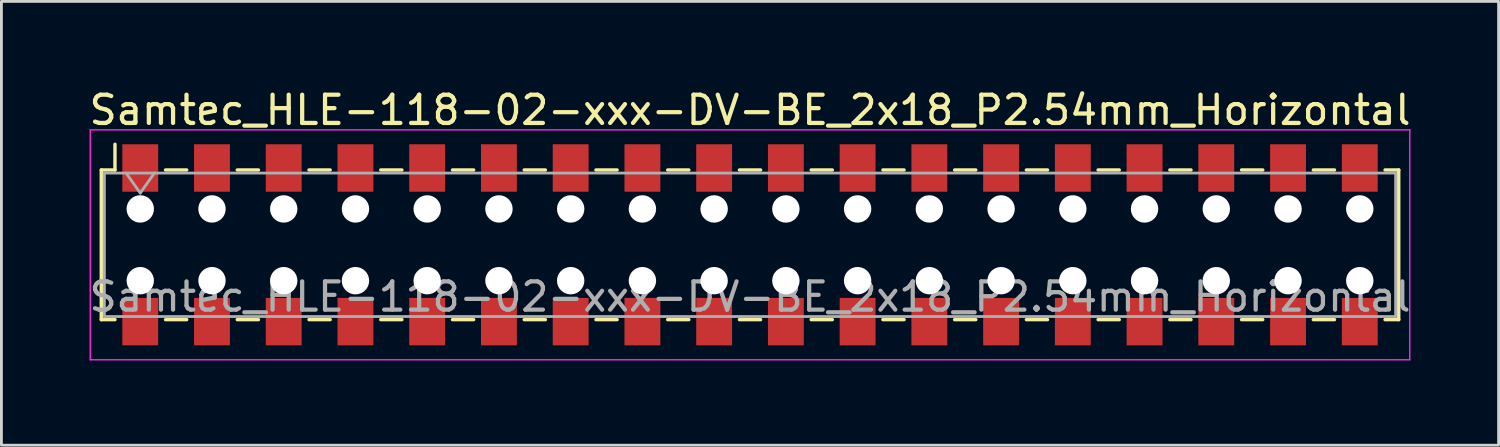
<source format=kicad_pcb>
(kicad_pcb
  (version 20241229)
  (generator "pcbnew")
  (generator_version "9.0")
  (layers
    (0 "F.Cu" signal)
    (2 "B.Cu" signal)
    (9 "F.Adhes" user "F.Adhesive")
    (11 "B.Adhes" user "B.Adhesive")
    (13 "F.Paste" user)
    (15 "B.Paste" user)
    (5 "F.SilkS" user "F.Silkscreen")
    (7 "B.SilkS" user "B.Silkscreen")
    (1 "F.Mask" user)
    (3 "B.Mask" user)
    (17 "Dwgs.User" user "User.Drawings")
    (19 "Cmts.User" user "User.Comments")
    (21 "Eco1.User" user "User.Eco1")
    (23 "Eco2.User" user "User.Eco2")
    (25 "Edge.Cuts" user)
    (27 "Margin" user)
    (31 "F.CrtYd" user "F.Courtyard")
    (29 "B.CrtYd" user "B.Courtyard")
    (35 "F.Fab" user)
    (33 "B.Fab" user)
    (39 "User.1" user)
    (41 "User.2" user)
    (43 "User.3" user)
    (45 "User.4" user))
  (footprint "Samtec_HLE-118-02-xxx-DV-BE_2x18_P2.54mm_Horizontal"
    (layer "F.Cu")
    (at 23.506 5.618)
    (property "Reference" "Samtec_HLE-118-02-xxx-DV-BE_2x18_P2.54mm_Horizontal" (at 0 -4.77 0) (layer "F.SilkS") (effects (font (size 1 1) (thickness 0.15))))
    (attr smd)
    (fp_line (start -22.97 -2.65) (end -22.97 2.65) (stroke (width 0.12) (type solid)) (layer "F.SilkS"))
    (fp_line (start -22.97 2.65) (end -22.485 2.65) (stroke (width 0.12) (type solid)) (layer "F.SilkS"))
    (fp_line (start -22.485 -3.56) (end -22.485 -2.65) (stroke (width 0.12) (type solid)) (layer "F.SilkS"))
    (fp_line (start -22.485 -2.65) (end -22.97 -2.65) (stroke (width 0.12) (type solid)) (layer "F.SilkS"))
    (fp_line (start -20.695 -2.65) (end -19.945 -2.65) (stroke (width 0.12) (type solid)) (layer "F.SilkS"))
    (fp_line (start -20.695 2.65) (end -19.945 2.65) (stroke (width 0.12) (type solid)) (layer "F.SilkS"))
    (fp_line (start -18.155 -2.65) (end -17.405 -2.65) (stroke (width 0.12) (type solid)) (layer "F.SilkS"))
    (fp_line (start -18.155 2.65) (end -17.405 2.65) (stroke (width 0.12) (type solid)) (layer "F.SilkS"))
    (fp_line (start -15.615 -2.65) (end -14.865 -2.65) (stroke (width 0.12) (type solid)) (layer "F.SilkS"))
    (fp_line (start -15.615 2.65) (end -14.865 2.65) (stroke (width 0.12) (type solid)) (layer "F.SilkS"))
    (fp_line (start -13.075 -2.65) (end -12.325 -2.65) (stroke (width 0.12) (type solid)) (layer "F.SilkS"))
    (fp_line (start -13.075 2.65) (end -12.325 2.65) (stroke (width 0.12) (type solid)) (layer "F.SilkS"))
    (fp_line (start -10.535 -2.65) (end -9.785 -2.65) (stroke (width 0.12) (type solid)) (layer "F.SilkS"))
    (fp_line (start -10.535 2.65) (end -9.785 2.65) (stroke (width 0.12) (type solid)) (layer "F.SilkS"))
    (fp_line (start -7.995 -2.65) (end -7.245 -2.65) (stroke (width 0.12) (type solid)) (layer "F.SilkS"))
    (fp_line (start -7.995 2.65) (end -7.245 2.65) (stroke (width 0.12) (type solid)) (layer "F.SilkS"))
    (fp_line (start -5.455 -2.65) (end -4.705 -2.65) (stroke (width 0.12) (type solid)) (layer "F.SilkS"))
    (fp_line (start -5.455 2.65) (end -4.705 2.65) (stroke (width 0.12) (type solid)) (layer "F.SilkS"))
    (fp_line (start -2.915 -2.65) (end -2.165 -2.65) (stroke (width 0.12) (type solid)) (layer "F.SilkS"))
    (fp_line (start -2.915 2.65) (end -2.165 2.65) (stroke (width 0.12) (type solid)) (layer "F.SilkS"))
    (fp_line (start -0.375 -2.65) (end 0.375 -2.65) (stroke (width 0.12) (type solid)) (layer "F.SilkS"))
    (fp_line (start -0.375 2.65) (end 0.375 2.65) (stroke (width 0.12) (type solid)) (layer "F.SilkS"))
    (fp_line (start 2.165 -2.65) (end 2.915 -2.65) (stroke (width 0.12) (type solid)) (layer "F.SilkS"))
    (fp_line (start 2.165 2.65) (end 2.915 2.65) (stroke (width 0.12) (type solid)) (layer "F.SilkS"))
    (fp_line (start 4.705 -2.65) (end 5.455 -2.65) (stroke (width 0.12) (type solid)) (layer "F.SilkS"))
    (fp_line (start 4.705 2.65) (end 5.455 2.65) (stroke (width 0.12) (type solid)) (layer "F.SilkS"))
    (fp_line (start 7.245 -2.65) (end 7.995 -2.65) (stroke (width 0.12) (type solid)) (layer "F.SilkS"))
    (fp_line (start 7.245 2.65) (end 7.995 2.65) (stroke (width 0.12) (type solid)) (layer "F.SilkS"))
    (fp_line (start 9.785 -2.65) (end 10.535 -2.65) (stroke (width 0.12) (type solid)) (layer "F.SilkS"))
    (fp_line (start 9.785 2.65) (end 10.535 2.65) (stroke (width 0.12) (type solid)) (layer "F.SilkS"))
    (fp_line (start 12.325 -2.65) (end 13.075 -2.65) (stroke (width 0.12) (type solid)) (layer "F.SilkS"))
    (fp_line (start 12.325 2.65) (end 13.075 2.65) (stroke (width 0.12) (type solid)) (layer "F.SilkS"))
    (fp_line (start 14.865 -2.65) (end 15.615 -2.65) (stroke (width 0.12) (type solid)) (layer "F.SilkS"))
    (fp_line (start 14.865 2.65) (end 15.615 2.65) (stroke (width 0.12) (type solid)) (layer "F.SilkS"))
    (fp_line (start 17.405 -2.65) (end 18.155 -2.65) (stroke (width 0.12) (type solid)) (layer "F.SilkS"))
    (fp_line (start 17.405 2.65) (end 18.155 2.65) (stroke (width 0.12) (type solid)) (layer "F.SilkS"))
    (fp_line (start 19.945 -2.65) (end 20.695 -2.65) (stroke (width 0.12) (type solid)) (layer "F.SilkS"))
    (fp_line (start 19.945 2.65) (end 20.695 2.65) (stroke (width 0.12) (type solid)) (layer "F.SilkS"))
    (fp_line (start 22.485 -2.65) (end 22.97 -2.65) (stroke (width 0.12) (type solid)) (layer "F.SilkS"))
    (fp_line (start 22.97 -2.65) (end 22.97 2.65) (stroke (width 0.12) (type solid)) (layer "F.SilkS"))
    (fp_line (start 22.97 2.65) (end 22.485 2.65) (stroke (width 0.12) (type solid)) (layer "F.SilkS"))
    (fp_line (start -23.36 -4.07) (end 23.36 -4.07) (stroke (width 0.05) (type solid)) (layer "F.CrtYd"))
    (fp_line (start -23.36 4.07) (end -23.36 -4.07) (stroke (width 0.05) (type solid)) (layer "F.CrtYd"))
    (fp_line (start 23.36 -4.07) (end 23.36 4.07) (stroke (width 0.05) (type solid)) (layer "F.CrtYd"))
    (fp_line (start 23.36 4.07) (end -23.36 4.07) (stroke (width 0.05) (type solid)) (layer "F.CrtYd"))
    (fp_line (start -22.86 -2.54) (end 22.86 -2.54) (stroke (width 0.1) (type solid)) (layer "F.Fab"))
    (fp_line (start -22.86 2.54) (end -22.86 -2.54) (stroke (width 0.1) (type solid)) (layer "F.Fab"))
    (fp_line (start -22.09 -2.54) (end -21.59 -1.833) (stroke (width 0.1) (type solid)) (layer "F.Fab"))
    (fp_line (start -21.59 -1.833) (end -21.09 -2.54) (stroke (width 0.1) (type solid)) (layer "F.Fab"))
    (fp_line (start 22.86 -2.54) (end 22.86 2.54) (stroke (width 0.1) (type solid)) (layer "F.Fab"))
    (fp_line (start 22.86 2.54) (end -22.86 2.54) (stroke (width 0.1) (type solid)) (layer "F.Fab"))
    (fp_text user "${REFERENCE}" (at 0 1.84 0) (layer "F.Fab") (effects (font (size 1 1) (thickness 0.15))))
    (pad "" np_thru_hole circle (at -21.59 -1.27) (size 0.97 0.97) (drill 0.97) (layers "*.Cu" "*.Mask"))
    (pad "" np_thru_hole circle (at -21.59 1.27) (size 0.97 0.97) (drill 0.97) (layers "*.Cu" "*.Mask"))
    (pad "" np_thru_hole circle (at -19.05 -1.27) (size 0.97 0.97) (drill 0.97) (layers "*.Cu" "*.Mask"))
    (pad "" np_thru_hole circle (at -19.05 1.27) (size 0.97 0.97) (drill 0.97) (layers "*.Cu" "*.Mask"))
    (pad "" np_thru_hole circle (at -16.51 -1.27) (size 0.97 0.97) (drill 0.97) (layers "*.Cu" "*.Mask"))
    (pad "" np_thru_hole circle (at -16.51 1.27) (size 0.97 0.97) (drill 0.97) (layers "*.Cu" "*.Mask"))
    (pad "" np_thru_hole circle (at -13.97 -1.27) (size 0.97 0.97) (drill 0.97) (layers "*.Cu" "*.Mask"))
    (pad "" np_thru_hole circle (at -13.97 1.27) (size 0.97 0.97) (drill 0.97) (layers "*.Cu" "*.Mask"))
    (pad "" np_thru_hole circle (at -11.43 -1.27) (size 0.97 0.97) (drill 0.97) (layers "*.Cu" "*.Mask"))
    (pad "" np_thru_hole circle (at -11.43 1.27) (size 0.97 0.97) (drill 0.97) (layers "*.Cu" "*.Mask"))
    (pad "" np_thru_hole circle (at -8.89 -1.27) (size 0.97 0.97) (drill 0.97) (layers "*.Cu" "*.Mask"))
    (pad "" np_thru_hole circle (at -8.89 1.27) (size 0.97 0.97) (drill 0.97) (layers "*.Cu" "*.Mask"))
    (pad "" np_thru_hole circle (at -6.35 -1.27) (size 0.97 0.97) (drill 0.97) (layers "*.Cu" "*.Mask"))
    (pad "" np_thru_hole circle (at -6.35 1.27) (size 0.97 0.97) (drill 0.97) (layers "*.Cu" "*.Mask"))
    (pad "" np_thru_hole circle (at -3.81 -1.27) (size 0.97 0.97) (drill 0.97) (layers "*.Cu" "*.Mask"))
    (pad "" np_thru_hole circle (at -3.81 1.27) (size 0.97 0.97) (drill 0.97) (layers "*.Cu" "*.Mask"))
    (pad "" np_thru_hole circle (at -1.27 -1.27) (size 0.97 0.97) (drill 0.97) (layers "*.Cu" "*.Mask"))
    (pad "" np_thru_hole circle (at -1.27 1.27) (size 0.97 0.97) (drill 0.97) (layers "*.Cu" "*.Mask"))
    (pad "" np_thru_hole circle (at 1.27 -1.27) (size 0.97 0.97) (drill 0.97) (layers "*.Cu" "*.Mask"))
    (pad "" np_thru_hole circle (at 1.27 1.27) (size 0.97 0.97) (drill 0.97) (layers "*.Cu" "*.Mask"))
    (pad "" np_thru_hole circle (at 3.81 -1.27) (size 0.97 0.97) (drill 0.97) (layers "*.Cu" "*.Mask"))
    (pad "" np_thru_hole circle (at 3.81 1.27) (size 0.97 0.97) (drill 0.97) (layers "*.Cu" "*.Mask"))
    (pad "" np_thru_hole circle (at 6.35 -1.27) (size 0.97 0.97) (drill 0.97) (layers "*.Cu" "*.Mask"))
    (pad "" np_thru_hole circle (at 6.35 1.27) (size 0.97 0.97) (drill 0.97) (layers "*.Cu" "*.Mask"))
    (pad "" np_thru_hole circle (at 8.89 -1.27) (size 0.97 0.97) (drill 0.97) (layers "*.Cu" "*.Mask"))
    (pad "" np_thru_hole circle (at 8.89 1.27) (size 0.97 0.97) (drill 0.97) (layers "*.Cu" "*.Mask"))
    (pad "" np_thru_hole circle (at 11.43 -1.27) (size 0.97 0.97) (drill 0.97) (layers "*.Cu" "*.Mask"))
    (pad "" np_thru_hole circle (at 11.43 1.27) (size 0.97 0.97) (drill 0.97) (layers "*.Cu" "*.Mask"))
    (pad "" np_thru_hole circle (at 13.97 -1.27) (size 0.97 0.97) (drill 0.97) (layers "*.Cu" "*.Mask"))
    (pad "" np_thru_hole circle (at 13.97 1.27) (size 0.97 0.97) (drill 0.97) (layers "*.Cu" "*.Mask"))
    (pad "" np_thru_hole circle (at 16.51 -1.27) (size 0.97 0.97) (drill 0.97) (layers "*.Cu" "*.Mask"))
    (pad "" np_thru_hole circle (at 16.51 1.27) (size 0.97 0.97) (drill 0.97) (layers "*.Cu" "*.Mask"))
    (pad "" np_thru_hole circle (at 19.05 -1.27) (size 0.97 0.97) (drill 0.97) (layers "*.Cu" "*.Mask"))
    (pad "" np_thru_hole circle (at 19.05 1.27) (size 0.97 0.97) (drill 0.97) (layers "*.Cu" "*.Mask"))
    (pad "" np_thru_hole circle (at 21.59 -1.27) (size 0.97 0.97) (drill 0.97) (layers "*.Cu" "*.Mask"))
    (pad "" np_thru_hole circle (at 21.59 1.27) (size 0.97 0.97) (drill 0.97) (layers "*.Cu" "*.Mask"))
    (pad "1" smd rect (at -21.59 -2.72) (size 1.27 1.68) (layers "F.Cu" "F.Mask" "F.Paste"))
    (pad "2" smd rect (at -21.59 2.72) (size 1.27 1.68) (layers "F.Cu" "F.Mask" "F.Paste"))
    (pad "3" smd rect (at -19.05 -2.72) (size 1.27 1.68) (layers "F.Cu" "F.Mask" "F.Paste"))
    (pad "4" smd rect (at -19.05 2.72) (size 1.27 1.68) (layers "F.Cu" "F.Mask" "F.Paste"))
    (pad "5" smd rect (at -16.51 -2.72) (size 1.27 1.68) (layers "F.Cu" "F.Mask" "F.Paste"))
    (pad "6" smd rect (at -16.51 2.72) (size 1.27 1.68) (layers "F.Cu" "F.Mask" "F.Paste"))
    (pad "7" smd rect (at -13.97 -2.72) (size 1.27 1.68) (layers "F.Cu" "F.Mask" "F.Paste"))
    (pad "8" smd rect (at -13.97 2.72) (size 1.27 1.68) (layers "F.Cu" "F.Mask" "F.Paste"))
    (pad "9" smd rect (at -11.43 -2.72) (size 1.27 1.68) (layers "F.Cu" "F.Mask" "F.Paste"))
    (pad "10" smd rect (at -11.43 2.72) (size 1.27 1.68) (layers "F.Cu" "F.Mask" "F.Paste"))
    (pad "11" smd rect (at -8.89 -2.72) (size 1.27 1.68) (layers "F.Cu" "F.Mask" "F.Paste"))
    (pad "12" smd rect (at -8.89 2.72) (size 1.27 1.68) (layers "F.Cu" "F.Mask" "F.Paste"))
    (pad "13" smd rect (at -6.35 -2.72) (size 1.27 1.68) (layers "F.Cu" "F.Mask" "F.Paste"))
    (pad "14" smd rect (at -6.35 2.72) (size 1.27 1.68) (layers "F.Cu" "F.Mask" "F.Paste"))
    (pad "15" smd rect (at -3.81 -2.72) (size 1.27 1.68) (layers "F.Cu" "F.Mask" "F.Paste"))
    (pad "16" smd rect (at -3.81 2.72) (size 1.27 1.68) (layers "F.Cu" "F.Mask" "F.Paste"))
    (pad "17" smd rect (at -1.27 -2.72) (size 1.27 1.68) (layers "F.Cu" "F.Mask" "F.Paste"))
    (pad "18" smd rect (at -1.27 2.72) (size 1.27 1.68) (layers "F.Cu" "F.Mask" "F.Paste"))
    (pad "19" smd rect (at 1.27 -2.72) (size 1.27 1.68) (layers "F.Cu" "F.Mask" "F.Paste"))
    (pad "20" smd rect (at 1.27 2.72) (size 1.27 1.68) (layers "F.Cu" "F.Mask" "F.Paste"))
    (pad "21" smd rect (at 3.81 -2.72) (size 1.27 1.68) (layers "F.Cu" "F.Mask" "F.Paste"))
    (pad "22" smd rect (at 3.81 2.72) (size 1.27 1.68) (layers "F.Cu" "F.Mask" "F.Paste"))
    (pad "23" smd rect (at 6.35 -2.72) (size 1.27 1.68) (layers "F.Cu" "F.Mask" "F.Paste"))
    (pad "24" smd rect (at 6.35 2.72) (size 1.27 1.68) (layers "F.Cu" "F.Mask" "F.Paste"))
    (pad "25" smd rect (at 8.89 -2.72) (size 1.27 1.68) (layers "F.Cu" "F.Mask" "F.Paste"))
    (pad "26" smd rect (at 8.89 2.72) (size 1.27 1.68) (layers "F.Cu" "F.Mask" "F.Paste"))
    (pad "27" smd rect (at 11.43 -2.72) (size 1.27 1.68) (layers "F.Cu" "F.Mask" "F.Paste"))
    (pad "28" smd rect (at 11.43 2.72) (size 1.27 1.68) (layers "F.Cu" "F.Mask" "F.Paste"))
    (pad "29" smd rect (at 13.97 -2.72) (size 1.27 1.68) (layers "F.Cu" "F.Mask" "F.Paste"))
    (pad "30" smd rect (at 13.97 2.72) (size 1.27 1.68) (layers "F.Cu" "F.Mask" "F.Paste"))
    (pad "31" smd rect (at 16.51 -2.72) (size 1.27 1.68) (layers "F.Cu" "F.Mask" "F.Paste"))
    (pad "32" smd rect (at 16.51 2.72) (size 1.27 1.68) (layers "F.Cu" "F.Mask" "F.Paste"))
    (pad "33" smd rect (at 19.05 -2.72) (size 1.27 1.68) (layers "F.Cu" "F.Mask" "F.Paste"))
    (pad "34" smd rect (at 19.05 2.72) (size 1.27 1.68) (layers "F.Cu" "F.Mask" "F.Paste"))
    (pad "35" smd rect (at 21.59 -2.72) (size 1.27 1.68) (layers "F.Cu" "F.Mask" "F.Paste"))
    (pad "36" smd rect (at 21.59 2.72) (size 1.27 1.68) (layers "F.Cu" "F.Mask" "F.Paste")))
  (gr_rect
    (start -3 -3)
    (end 50.012 12.713)
    (stroke (width 0.1) (type default))
    (fill no)
    (layer "Edge.Cuts")))
</source>
